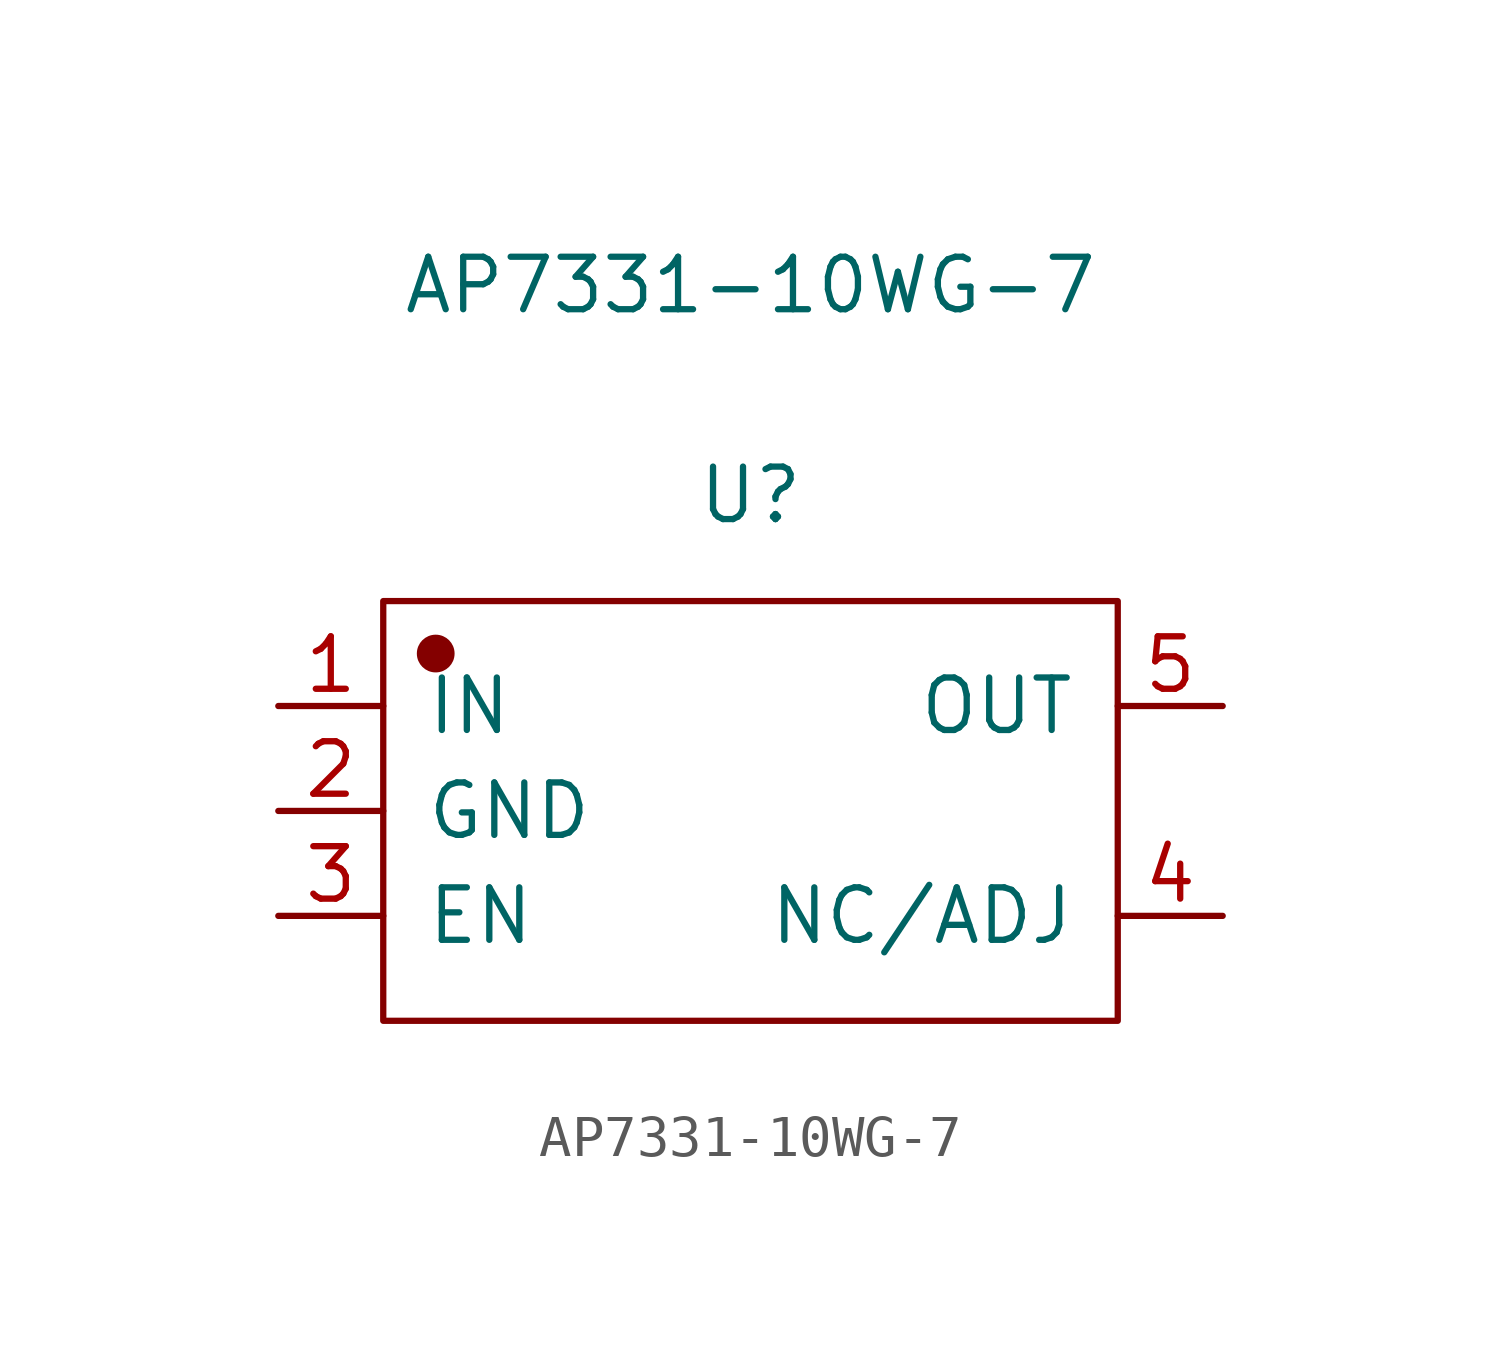
<source format=kicad_sym>
(kicad_symbol_lib
  (version 20231120)
  (generator "kicad_symbol_editor")
  (generator_version "8.0")
  (symbol "AP7331-10WG-7"
    (pin_names
      (offset 1.016))
    (property "Reference" "U"
      (at 0 7.645 0)
      (effects (font (size 1.27 1.27))))
    (property "Value" "AP7331-10WG-7"
      (at 0 12.725 0)
      (effects (font (size 1.27 1.27))))
    (symbol "AP7331-10WG-7_1_1"
      (rectangle (start -8.89 5.08) (end 8.89 -5.08) (stroke (width 0.152) (type solid)) (fill (type none)))
      (circle (center -7.62 3.81) (radius 0.381) (stroke (width 0.152) (type solid)) (fill (type outline)))
      (pin input line (at -11.43 2.54 0) (length 2.54) (name "IN" (effects (font (size 1.27 1.27)))) (number "1" (effects (font (size 1.27 1.27)))))
      (pin input line (at -11.43 0 0) (length 2.54) (name "GND" (effects (font (size 1.27 1.27)))) (number "2" (effects (font (size 1.27 1.27)))))
      (pin input line (at -11.43 -2.54 0) (length 2.54) (name "EN" (effects (font (size 1.27 1.27)))) (number "3" (effects (font (size 1.27 1.27)))))
      (pin input line (at 11.43 -2.54 180) (length 2.54) (name "NC/ADJ" (effects (font (size 1.27 1.27)))) (number "4" (effects (font (size 1.27 1.27)))))
      (pin input line (at 11.43 2.54 180) (length 2.54) (name "OUT" (effects (font (size 1.27 1.27)))) (number "5" (effects (font (size 1.27 1.27))))))))
</source>
